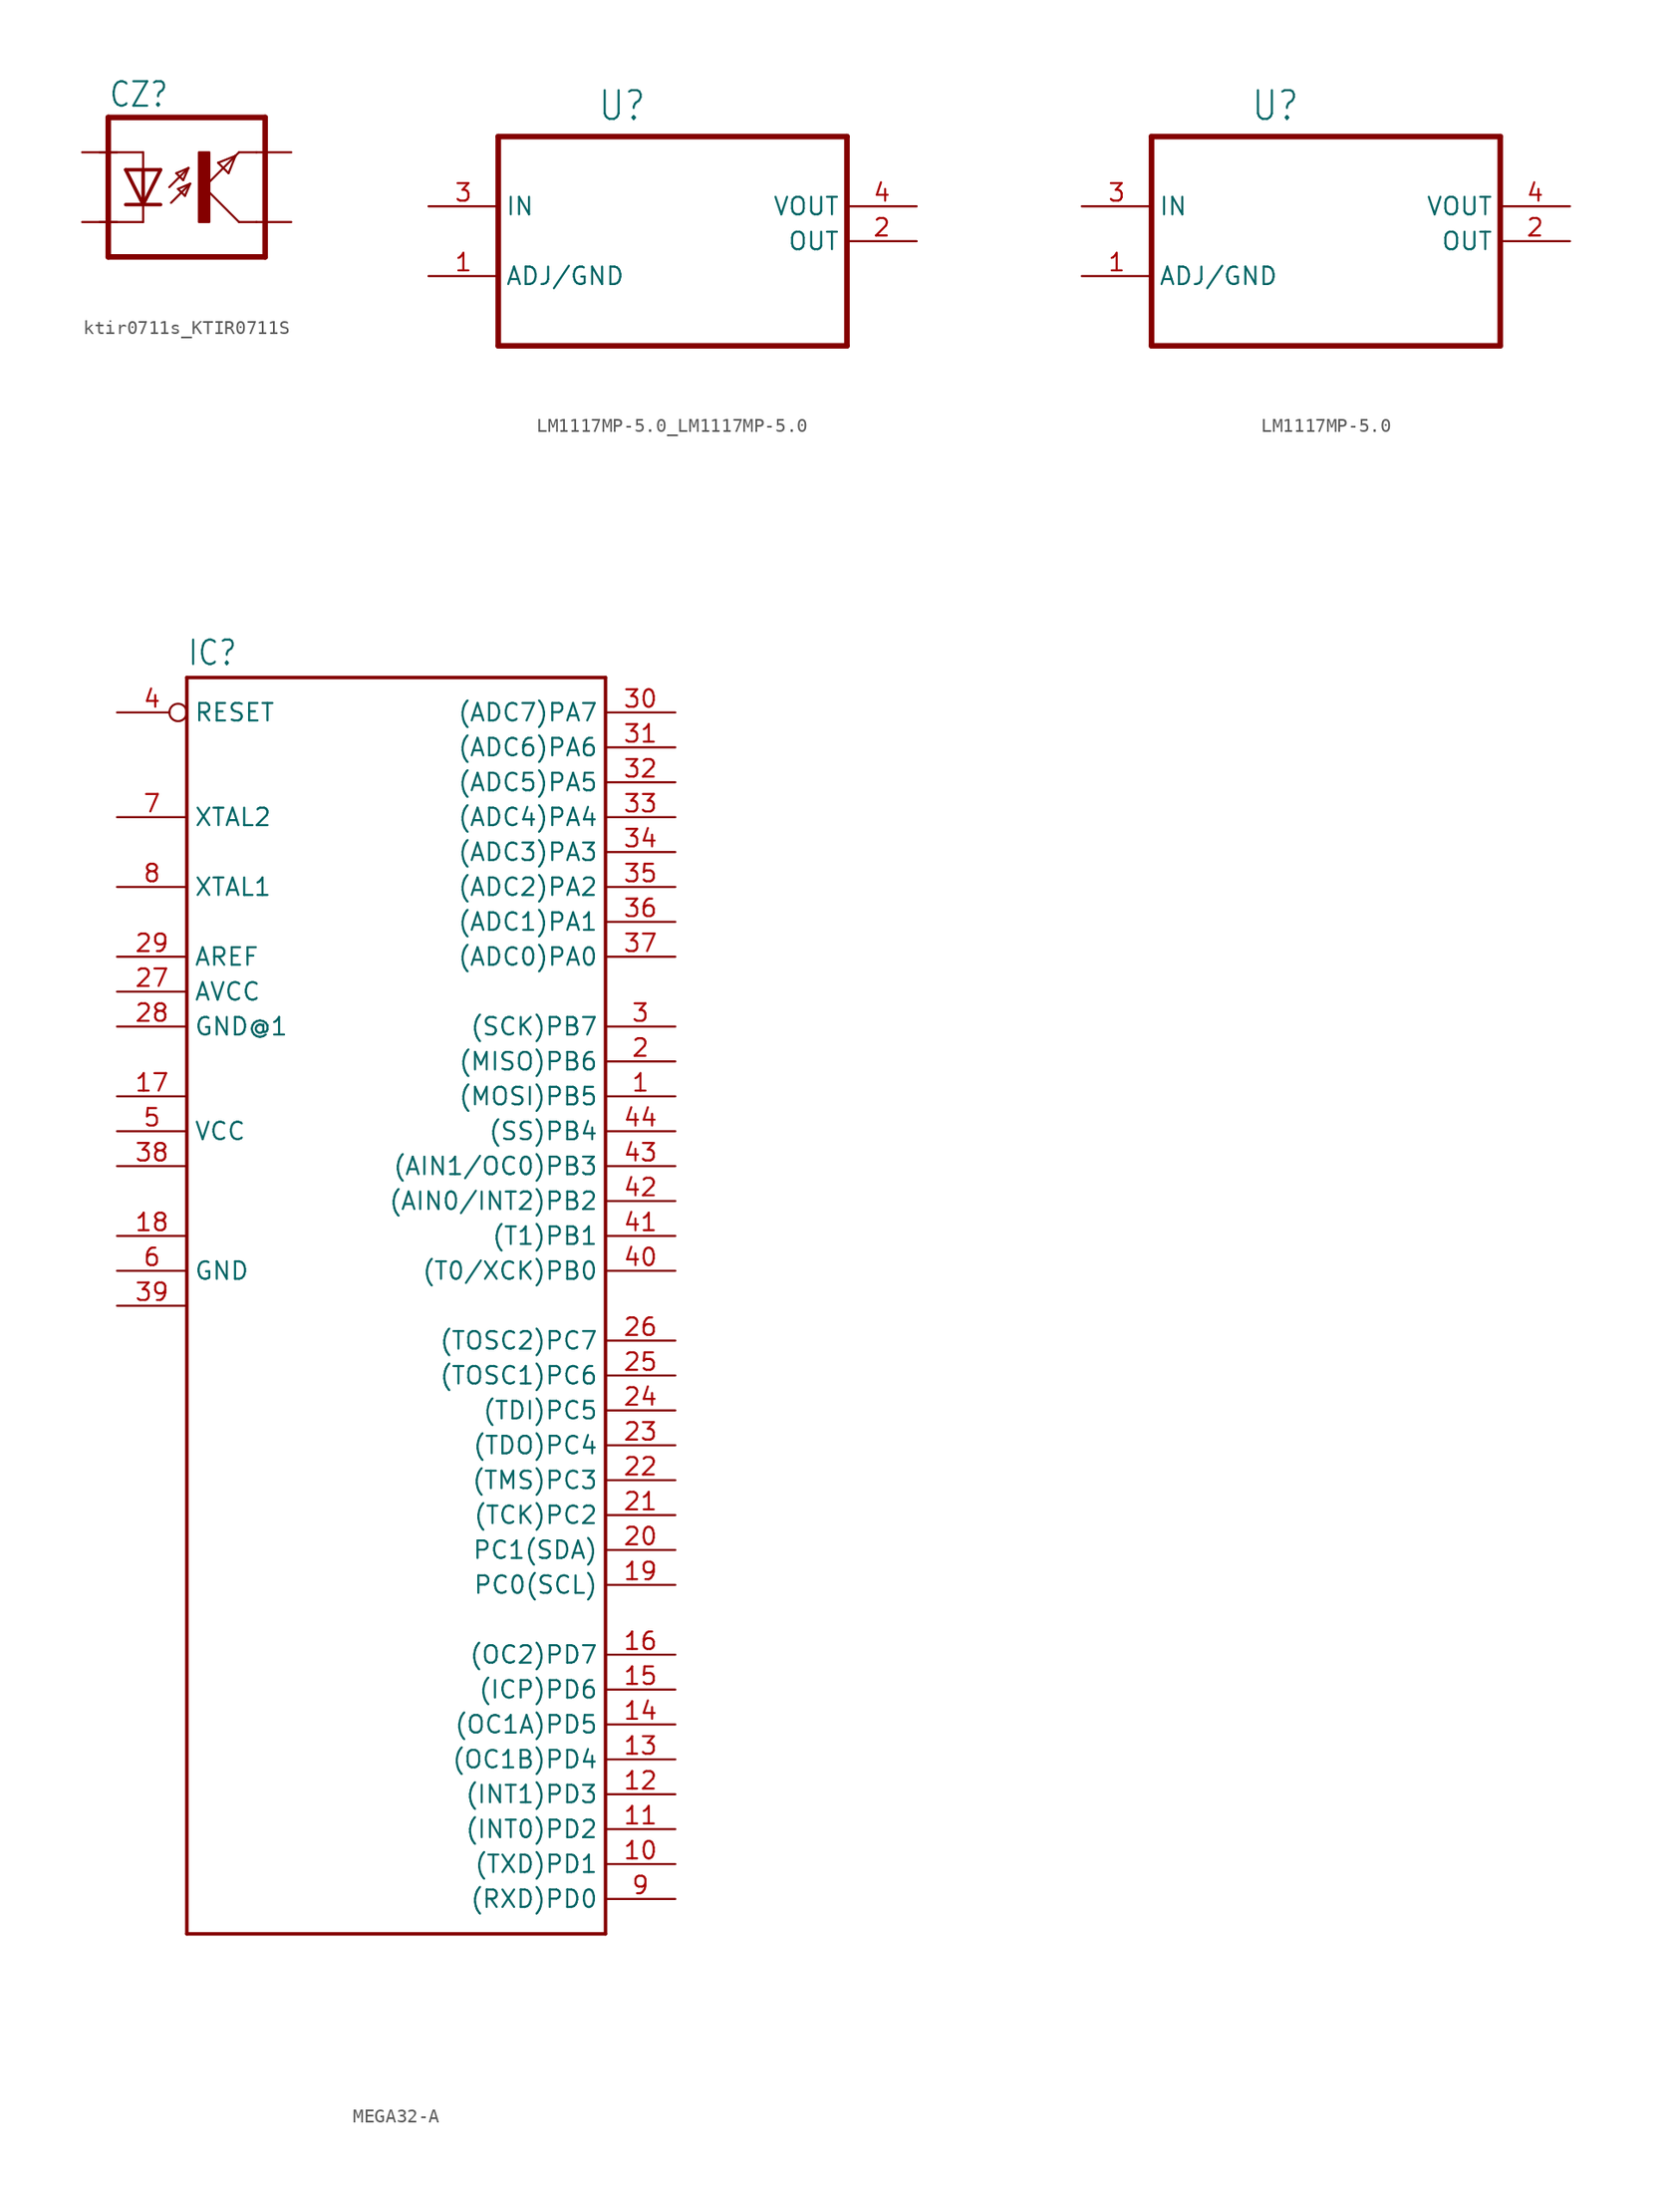
<source format=kicad_sym>
(kicad_symbol_lib
  (version 20231120)
  (generator "kicad_symbol_editor")
  (generator_version "8.0")
  (symbol "ktir0711s_KTIR0711S"
    (property "Reference" "CZ"
      (at -5.715 5.715 0)
      (effects (font (size 1.778 1.511)) (justify left bottom)))
    (property "Value" ""
      (at -5.715 -7.62 0)
      (effects (font (size 1.778 1.511)) (justify left bottom)))
    (property "ki_locked" ""
      (at 0 0 0)
      (effects (font (size 1.27 1.27))))
    (symbol "ktir0711s_KTIR0711S_1_0"
      (polyline (pts (xy -5.715 -5.08) (xy 5.715 -5.08)) (stroke (width 0.406) (type solid)) (fill (type none)))
      (polyline (pts (xy -5.715 5.08) (xy -5.715 -5.08)) (stroke (width 0.406) (type solid)) (fill (type none)))
      (polyline (pts (xy -5.715 5.08) (xy 5.715 5.08)) (stroke (width 0.406) (type solid)) (fill (type none)))
      (polyline (pts (xy -3.175 -2.54) (xy -6.35 -2.54)) (stroke (width 0.152) (type solid)) (fill (type none)))
      (polyline (pts (xy -3.175 -1.27) (xy -4.445 -1.27)) (stroke (width 0.254) (type solid)) (fill (type none)))
      (polyline (pts (xy -3.175 -1.27) (xy -4.445 1.27)) (stroke (width 0.254) (type solid)) (fill (type none)))
      (polyline (pts (xy -3.175 -1.27) (xy -3.175 -2.54)) (stroke (width 0.152) (type solid)) (fill (type none)))
      (polyline (pts (xy -3.175 1.27) (xy -4.445 1.27)) (stroke (width 0.254) (type solid)) (fill (type none)))
      (polyline (pts (xy -3.175 1.27) (xy -3.175 -1.27)) (stroke (width 0.254) (type solid)) (fill (type none)))
      (polyline (pts (xy -3.175 2.54) (xy -6.35 2.54)) (stroke (width 0.152) (type solid)) (fill (type none)))
      (polyline (pts (xy -3.175 2.54) (xy -3.175 1.27)) (stroke (width 0.152) (type solid)) (fill (type none)))
      (polyline (pts (xy -1.905 -1.27) (xy -3.175 -1.27)) (stroke (width 0.254) (type solid)) (fill (type none)))
      (polyline (pts (xy -1.905 1.27) (xy -3.175 -1.27)) (stroke (width 0.254) (type solid)) (fill (type none)))
      (polyline (pts (xy -1.905 1.27) (xy -3.175 1.27)) (stroke (width 0.254) (type solid)) (fill (type none)))
      (polyline (pts (xy -1.27 0) (xy 0.127 1.397)) (stroke (width 0.152) (type solid)) (fill (type none)))
      (polyline (pts (xy -1.143 -1.143) (xy 0.254 0.254)) (stroke (width 0.152) (type solid)) (fill (type none)))
      (polyline (pts (xy -0.762 1.016) (xy -0.254 0.508)) (stroke (width 0.152) (type solid)) (fill (type none)))
      (polyline (pts (xy -0.635 -0.127) (xy -0.127 -0.635)) (stroke (width 0.152) (type solid)) (fill (type none)))
      (polyline (pts (xy -0.254 0.508) (xy 0.127 1.397)) (stroke (width 0.152) (type solid)) (fill (type none)))
      (polyline (pts (xy -0.127 -0.635) (xy 0.254 0.254)) (stroke (width 0.152) (type solid)) (fill (type none)))
      (polyline (pts (xy 0.127 1.397) (xy -0.762 1.016)) (stroke (width 0.152) (type solid)) (fill (type none)))
      (polyline (pts (xy 0.254 0.254) (xy -0.635 -0.127)) (stroke (width 0.152) (type solid)) (fill (type none)))
      (polyline (pts (xy 1.27 0) (xy 3.556 2.286)) (stroke (width 0.152) (type solid)) (fill (type none)))
      (polyline (pts (xy 2.286 1.778) (xy 3.048 1.016)) (stroke (width 0.152) (type solid)) (fill (type none)))
      (polyline (pts (xy 3.048 1.016) (xy 3.556 2.286)) (stroke (width 0.152) (type solid)) (fill (type none)))
      (polyline (pts (xy 3.556 2.286) (xy 2.286 1.778)) (stroke (width 0.152) (type solid)) (fill (type none)))
      (polyline (pts (xy 3.556 2.286) (xy 3.81 2.54)) (stroke (width 0.152) (type solid)) (fill (type none)))
      (polyline (pts (xy 3.81 -2.54) (xy 1.27 0)) (stroke (width 0.152) (type solid)) (fill (type none)))
      (polyline (pts (xy 5.08 -2.54) (xy 3.81 -2.54)) (stroke (width 0.152) (type solid)) (fill (type none)))
      (polyline (pts (xy 5.08 2.54) (xy 3.81 2.54)) (stroke (width 0.152) (type solid)) (fill (type none)))
      (polyline (pts (xy 5.715 5.08) (xy 5.715 -5.08)) (stroke (width 0.406) (type solid)) (fill (type none)))
      (rectangle (start 0.889 -2.54) (end 1.651 2.54) (stroke (width 0) (type default)) (fill (type outline)))
      (pin passive line (at -7.62 2.54 0) (length 2.54) (name "ANODA" (effects (font (size 0 0)))) (number "ANODA" (effects (font (size 0 0)))))
      (pin bidirectional line (at 7.62 2.54 180) (length 2.54) (name "EMITER" (effects (font (size 0 0)))) (number "EMITER" (effects (font (size 0 0)))))
      (pin passive line (at -7.62 -2.54 0) (length 2.54) (name "KATODA" (effects (font (size 0 0)))) (number "KATODA" (effects (font (size 0 0)))))
      (pin bidirectional line (at 7.62 -2.54 180) (length 2.54) (name "KOLEKTOR" (effects (font (size 0 0)))) (number "KOLEKTOR" (effects (font (size 0 0)))))))
  (symbol "LM1117MP-5.0_LM1117MP-5.0"
    (property "Reference" "U"
      (at -5.471 6.108 0)
      (effects (font (size 2.087 1.774)) (justify left bottom)))
    (property "Value" ""
      (at -4.371 -12.733 0)
      (effects (font (size 2.084 1.771)) (justify left bottom)))
    (property "ki_locked" ""
      (at 0 0 0)
      (effects (font (size 1.27 1.27))))
    (symbol "LM1117MP-5.0_LM1117MP-5.0_1_0"
      (polyline (pts (xy -12.7 -10.16) (xy 12.7 -10.16)) (stroke (width 0.406) (type solid)) (fill (type none)))
      (polyline (pts (xy -12.7 5.08) (xy -12.7 -10.16)) (stroke (width 0.406) (type solid)) (fill (type none)))
      (polyline (pts (xy 12.7 -10.16) (xy 12.7 5.08)) (stroke (width 0.406) (type solid)) (fill (type none)))
      (polyline (pts (xy 12.7 5.08) (xy -12.7 5.08)) (stroke (width 0.406) (type solid)) (fill (type none)))
      (pin passive line (at -17.78 -5.08 0) (length 5.08) (name "ADJ/GND" (effects (font (size 1.27 1.27)))) (number "1" (effects (font (size 1.27 1.27)))))
      (pin output line (at 17.78 -2.54 180) (length 5.08) (name "OUT" (effects (font (size 1.27 1.27)))) (number "2" (effects (font (size 1.27 1.27)))))
      (pin input line (at -17.78 0 0) (length 5.08) (name "IN" (effects (font (size 1.27 1.27)))) (number "3" (effects (font (size 1.27 1.27)))))
      (pin output line (at 17.78 0 180) (length 5.08) (name "VOUT" (effects (font (size 1.27 1.27)))) (number "4" (effects (font (size 1.27 1.27)))))))
  (symbol "LM1117MP-5.0"
    (property "Reference" "U"
      (at -5.471 6.108 0)
      (effects (font (size 2.087 1.774)) (justify left bottom)))
    (property "Value" ""
      (at -4.371 -12.733 0)
      (effects (font (size 2.084 1.771)) (justify left bottom)))
    (property "ki_locked" ""
      (at 0 0 0)
      (effects (font (size 1.27 1.27))))
    (symbol "LM1117MP-5.0_1_0"
      (polyline (pts (xy -12.7 -10.16) (xy 12.7 -10.16)) (stroke (width 0.406) (type solid)) (fill (type none)))
      (polyline (pts (xy -12.7 5.08) (xy -12.7 -10.16)) (stroke (width 0.406) (type solid)) (fill (type none)))
      (polyline (pts (xy 12.7 -10.16) (xy 12.7 5.08)) (stroke (width 0.406) (type solid)) (fill (type none)))
      (polyline (pts (xy 12.7 5.08) (xy -12.7 5.08)) (stroke (width 0.406) (type solid)) (fill (type none)))
      (pin passive line (at -17.78 -5.08 0) (length 5.08) (name "ADJ/GND" (effects (font (size 1.27 1.27)))) (number "1" (effects (font (size 1.27 1.27)))))
      (pin output line (at 17.78 -2.54 180) (length 5.08) (name "OUT" (effects (font (size 1.27 1.27)))) (number "2" (effects (font (size 1.27 1.27)))))
      (pin input line (at -17.78 0 0) (length 5.08) (name "IN" (effects (font (size 1.27 1.27)))) (number "3" (effects (font (size 1.27 1.27)))))
      (pin output line (at 17.78 0 180) (length 5.08) (name "VOUT" (effects (font (size 1.27 1.27)))) (number "4" (effects (font (size 1.27 1.27)))))))
  (symbol "MEGA32-A"
    (property "Reference" "IC"
      (at -15.24 46.482 0)
      (effects (font (size 1.778 1.511)) (justify left bottom)))
    (property "Value" ""
      (at -15.24 -48.26 0)
      (effects (font (size 1.778 1.511)) (justify left bottom)))
    (property "ki_locked" ""
      (at 0 0 0)
      (effects (font (size 1.27 1.27))))
    (symbol "MEGA32-A_1_0"
      (polyline (pts (xy -15.24 -45.72) (xy -15.24 45.72)) (stroke (width 0.254) (type solid)) (fill (type none)))
      (polyline (pts (xy -15.24 45.72) (xy 15.24 45.72)) (stroke (width 0.254) (type solid)) (fill (type none)))
      (polyline (pts (xy 15.24 -45.72) (xy -15.24 -45.72)) (stroke (width 0.254) (type solid)) (fill (type none)))
      (polyline (pts (xy 15.24 45.72) (xy 15.24 -45.72)) (stroke (width 0.254) (type solid)) (fill (type none)))
      (pin bidirectional line (at 20.32 15.24 180) (length 5.08) (name "(MOSI)PB5" (effects (font (size 1.27 1.27)))) (number "1" (effects (font (size 1.27 1.27)))))
      (pin bidirectional line (at 20.32 -40.64 180) (length 5.08) (name "(TXD)PD1" (effects (font (size 1.27 1.27)))) (number "10" (effects (font (size 1.27 1.27)))))
      (pin bidirectional line (at 20.32 -38.1 180) (length 5.08) (name "(INT0)PD2" (effects (font (size 1.27 1.27)))) (number "11" (effects (font (size 1.27 1.27)))))
      (pin bidirectional line (at 20.32 -35.56 180) (length 5.08) (name "(INT1)PD3" (effects (font (size 1.27 1.27)))) (number "12" (effects (font (size 1.27 1.27)))))
      (pin bidirectional line (at 20.32 -33.02 180) (length 5.08) (name "(OC1B)PD4" (effects (font (size 1.27 1.27)))) (number "13" (effects (font (size 1.27 1.27)))))
      (pin bidirectional line (at 20.32 -30.48 180) (length 5.08) (name "(OC1A)PD5" (effects (font (size 1.27 1.27)))) (number "14" (effects (font (size 1.27 1.27)))))
      (pin bidirectional line (at 20.32 -27.94 180) (length 5.08) (name "(ICP)PD6" (effects (font (size 1.27 1.27)))) (number "15" (effects (font (size 1.27 1.27)))))
      (pin bidirectional line (at 20.32 -25.4 180) (length 5.08) (name "(OC2)PD7" (effects (font (size 1.27 1.27)))) (number "16" (effects (font (size 1.27 1.27)))))
      (pin power_in line (at -20.32 15.24 0) (length 5.08) (name "VCC1" (effects (font (size 0 0)))) (number "17" (effects (font (size 1.27 1.27)))))
      (pin power_in line (at -20.32 5.08 0) (length 5.08) (name "GND1" (effects (font (size 0 0)))) (number "18" (effects (font (size 1.27 1.27)))))
      (pin bidirectional line (at 20.32 -20.32 180) (length 5.08) (name "PC0(SCL)" (effects (font (size 1.27 1.27)))) (number "19" (effects (font (size 1.27 1.27)))))
      (pin bidirectional line (at 20.32 17.78 180) (length 5.08) (name "(MISO)PB6" (effects (font (size 1.27 1.27)))) (number "2" (effects (font (size 1.27 1.27)))))
      (pin bidirectional line (at 20.32 -17.78 180) (length 5.08) (name "PC1(SDA)" (effects (font (size 1.27 1.27)))) (number "20" (effects (font (size 1.27 1.27)))))
      (pin bidirectional line (at 20.32 -15.24 180) (length 5.08) (name "(TCK)PC2" (effects (font (size 1.27 1.27)))) (number "21" (effects (font (size 1.27 1.27)))))
      (pin bidirectional line (at 20.32 -12.7 180) (length 5.08) (name "(TMS)PC3" (effects (font (size 1.27 1.27)))) (number "22" (effects (font (size 1.27 1.27)))))
      (pin bidirectional line (at 20.32 -10.16 180) (length 5.08) (name "(TDO)PC4" (effects (font (size 1.27 1.27)))) (number "23" (effects (font (size 1.27 1.27)))))
      (pin bidirectional line (at 20.32 -7.62 180) (length 5.08) (name "(TDI)PC5" (effects (font (size 1.27 1.27)))) (number "24" (effects (font (size 1.27 1.27)))))
      (pin bidirectional line (at 20.32 -5.08 180) (length 5.08) (name "(TOSC1)PC6" (effects (font (size 1.27 1.27)))) (number "25" (effects (font (size 1.27 1.27)))))
      (pin bidirectional line (at 20.32 -2.54 180) (length 5.08) (name "(TOSC2)PC7" (effects (font (size 1.27 1.27)))) (number "26" (effects (font (size 1.27 1.27)))))
      (pin power_in line (at -20.32 22.86 0) (length 5.08) (name "AVCC" (effects (font (size 1.27 1.27)))) (number "27" (effects (font (size 1.27 1.27)))))
      (pin power_in line (at -20.32 20.32 0) (length 5.08) (name "GND@1" (effects (font (size 1.27 1.27)))) (number "28" (effects (font (size 1.27 1.27)))))
      (pin passive line (at -20.32 25.4 0) (length 5.08) (name "AREF" (effects (font (size 1.27 1.27)))) (number "29" (effects (font (size 1.27 1.27)))))
      (pin bidirectional line (at 20.32 20.32 180) (length 5.08) (name "(SCK)PB7" (effects (font (size 1.27 1.27)))) (number "3" (effects (font (size 1.27 1.27)))))
      (pin bidirectional line (at 20.32 43.18 180) (length 5.08) (name "(ADC7)PA7" (effects (font (size 1.27 1.27)))) (number "30" (effects (font (size 1.27 1.27)))))
      (pin bidirectional line (at 20.32 40.64 180) (length 5.08) (name "(ADC6)PA6" (effects (font (size 1.27 1.27)))) (number "31" (effects (font (size 1.27 1.27)))))
      (pin bidirectional line (at 20.32 38.1 180) (length 5.08) (name "(ADC5)PA5" (effects (font (size 1.27 1.27)))) (number "32" (effects (font (size 1.27 1.27)))))
      (pin bidirectional line (at 20.32 35.56 180) (length 5.08) (name "(ADC4)PA4" (effects (font (size 1.27 1.27)))) (number "33" (effects (font (size 1.27 1.27)))))
      (pin bidirectional line (at 20.32 33.02 180) (length 5.08) (name "(ADC3)PA3" (effects (font (size 1.27 1.27)))) (number "34" (effects (font (size 1.27 1.27)))))
      (pin bidirectional line (at 20.32 30.48 180) (length 5.08) (name "(ADC2)PA2" (effects (font (size 1.27 1.27)))) (number "35" (effects (font (size 1.27 1.27)))))
      (pin bidirectional line (at 20.32 27.94 180) (length 5.08) (name "(ADC1)PA1" (effects (font (size 1.27 1.27)))) (number "36" (effects (font (size 1.27 1.27)))))
      (pin bidirectional line (at 20.32 25.4 180) (length 5.08) (name "(ADC0)PA0" (effects (font (size 1.27 1.27)))) (number "37" (effects (font (size 1.27 1.27)))))
      (pin power_in line (at -20.32 10.16 0) (length 5.08) (name "VCC2" (effects (font (size 0 0)))) (number "38" (effects (font (size 1.27 1.27)))))
      (pin power_in line (at -20.32 0 0) (length 5.08) (name "GND2" (effects (font (size 0 0)))) (number "39" (effects (font (size 1.27 1.27)))))
      (pin input inverted (at -20.32 43.18 0) (length 5.08) (name "RESET" (effects (font (size 1.27 1.27)))) (number "4" (effects (font (size 1.27 1.27)))))
      (pin bidirectional line (at 20.32 2.54 180) (length 5.08) (name "(T0/XCK)PB0" (effects (font (size 1.27 1.27)))) (number "40" (effects (font (size 1.27 1.27)))))
      (pin bidirectional line (at 20.32 5.08 180) (length 5.08) (name "(T1)PB1" (effects (font (size 1.27 1.27)))) (number "41" (effects (font (size 1.27 1.27)))))
      (pin bidirectional line (at 20.32 7.62 180) (length 5.08) (name "(AIN0/INT2)PB2" (effects (font (size 1.27 1.27)))) (number "42" (effects (font (size 1.27 1.27)))))
      (pin bidirectional line (at 20.32 10.16 180) (length 5.08) (name "(AIN1/OC0)PB3" (effects (font (size 1.27 1.27)))) (number "43" (effects (font (size 1.27 1.27)))))
      (pin bidirectional line (at 20.32 12.7 180) (length 5.08) (name "(SS)PB4" (effects (font (size 1.27 1.27)))) (number "44" (effects (font (size 1.27 1.27)))))
      (pin power_in line (at -20.32 12.7 0) (length 5.08) (name "VCC" (effects (font (size 1.27 1.27)))) (number "5" (effects (font (size 1.27 1.27)))))
      (pin power_in line (at -20.32 2.54 0) (length 5.08) (name "GND" (effects (font (size 1.27 1.27)))) (number "6" (effects (font (size 1.27 1.27)))))
      (pin bidirectional line (at -20.32 35.56 0) (length 5.08) (name "XTAL2" (effects (font (size 1.27 1.27)))) (number "7" (effects (font (size 1.27 1.27)))))
      (pin bidirectional line (at -20.32 30.48 0) (length 5.08) (name "XTAL1" (effects (font (size 1.27 1.27)))) (number "8" (effects (font (size 1.27 1.27)))))
      (pin bidirectional line (at 20.32 -43.18 180) (length 5.08) (name "(RXD)PD0" (effects (font (size 1.27 1.27)))) (number "9" (effects (font (size 1.27 1.27))))))))
</source>
